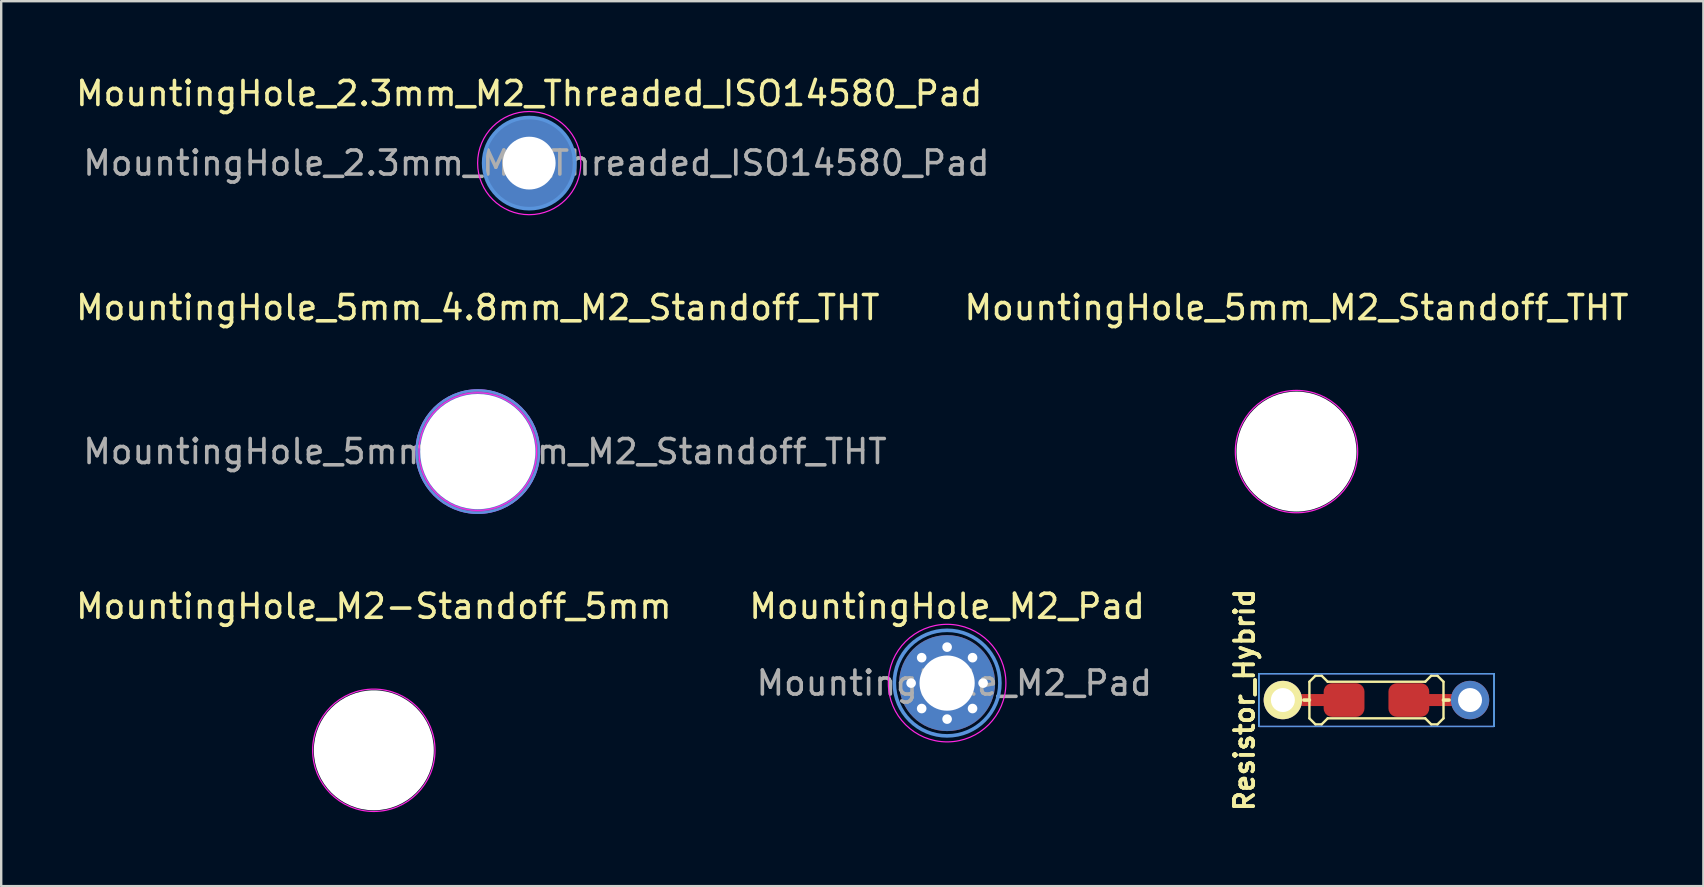
<source format=kicad_pcb>
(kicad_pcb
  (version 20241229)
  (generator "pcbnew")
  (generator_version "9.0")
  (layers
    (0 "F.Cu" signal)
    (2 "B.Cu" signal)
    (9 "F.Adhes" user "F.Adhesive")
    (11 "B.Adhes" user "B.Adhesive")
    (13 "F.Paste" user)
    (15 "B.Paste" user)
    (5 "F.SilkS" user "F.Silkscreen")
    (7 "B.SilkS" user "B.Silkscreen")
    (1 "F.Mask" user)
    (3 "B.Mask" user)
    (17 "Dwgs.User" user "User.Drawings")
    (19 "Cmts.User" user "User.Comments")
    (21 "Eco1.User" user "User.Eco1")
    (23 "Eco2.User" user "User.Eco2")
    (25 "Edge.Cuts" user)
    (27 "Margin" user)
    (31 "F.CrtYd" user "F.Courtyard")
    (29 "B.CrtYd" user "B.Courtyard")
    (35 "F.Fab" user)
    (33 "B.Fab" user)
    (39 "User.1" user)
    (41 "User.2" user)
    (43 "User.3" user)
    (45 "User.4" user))
  (footprint "MountingHole_M2-Standoff_5mm"
    (layer "F.Cu")
    (at 12.53 28.22)
    (property "Reference" "MountingHole_M2-Standoff_5mm" (at 0 -6 0) (layer "F.SilkS") (effects (font (size 1 1) (thickness 0.15))))
    (attr exclude_from_pos_files exclude_from_bom)
    (fp_circle (center 0 0) (end 2.55 0) (stroke (width 0.05) (type solid)) (fill no) (layer "F.CrtYd"))
    (pad "" np_thru_hole circle (at 0 0) (size 5 5) (drill 5) (layers "*.Cu" "*.Mask")))
  (footprint "MountingHole_5mm_4.8mm_M2_Standoff_THT"
    (layer "F.Cu")
    (at 16.863 15.771)
    (property "Reference" "MountingHole_5mm_4.8mm_M2_Standoff_THT" (at 0 -6 0) (layer "F.SilkS") (effects (font (size 1 1) (thickness 0.15))))
    (attr exclude_from_pos_files exclude_from_bom)
    (fp_circle (center 0 0) (end 2.55 0) (stroke (width 0.1) (type solid)) (fill no) (layer "Cmts.User"))
    (fp_circle (center 0 0) (end 2.45 0) (stroke (width 0.05) (type solid)) (fill no) (layer "F.CrtYd"))
    (fp_circle (center 0 0) (end 2.55 0) (stroke (width 0.1) (type solid)) (fill no) (layer "F.CrtYd"))
    (fp_text user "${REFERENCE}" (at 0.3 0 0) (layer "F.Fab") (effects (font (size 1 1) (thickness 0.15))))
    (pad "" np_thru_hole circle (at 0 0) (size 5 5) (drill 4.8) (layers "*.Cu" "*.Mask")))
  (footprint "MountingHole_5mm_M2_Standoff_THT"
    (layer "F.Cu")
    (at 50.985 15.771)
    (property "Reference" "MountingHole_5mm_M2_Standoff_THT" (at 0 -6 0) (layer "F.SilkS") (effects (font (size 1 1) (thickness 0.15))))
    (attr exclude_from_pos_files exclude_from_bom)
    (fp_circle (center 0 0) (end 2.55 0) (stroke (width 0.05) (type solid)) (fill no) (layer "F.CrtYd"))
    (pad "" np_thru_hole circle (at 0 0) (size 5 5) (drill 5) (layers "*.Cu" "*.Mask")))
  (footprint "Resistor_Hybrid"
    (layer "F.Cu")
    (at 54.317 26.126)
    (property "Reference" "Resistor_Hybrid" (at -5.5 0 90) (layer "F.SilkS") (effects (font (size 0.8 0.8) (thickness 0.15))))
    (attr through_hole)
    (fp_line (start -3.025 0) (end -2.794 0) (stroke (width 0.15) (type solid)) (layer "F.SilkS"))
    (fp_line (start -2.794 -0.762) (end -2.54 -1.016) (stroke (width 0.1) (type solid)) (layer "F.SilkS"))
    (fp_line (start -2.794 0.762) (end -2.794 -0.762) (stroke (width 0.1) (type solid)) (layer "F.SilkS"))
    (fp_line (start -2.54 -1.016) (end -2.286 -1.016) (stroke (width 0.1) (type solid)) (layer "F.SilkS"))
    (fp_line (start -2.54 1.016) (end -2.794 0.762) (stroke (width 0.1) (type solid)) (layer "F.SilkS"))
    (fp_line (start -2.286 -1.016) (end -2.032 -0.762) (stroke (width 0.1) (type solid)) (layer "F.SilkS"))
    (fp_line (start -2.286 1.016) (end -2.54 1.016) (stroke (width 0.1) (type solid)) (layer "F.SilkS"))
    (fp_line (start -2.032 -0.762) (end 2.032 -0.762) (stroke (width 0.1) (type solid)) (layer "F.SilkS"))
    (fp_line (start -2.032 0.762) (end -2.286 1.016) (stroke (width 0.1) (type solid)) (layer "F.SilkS"))
    (fp_line (start 2.032 -0.762) (end 2.286 -1.016) (stroke (width 0.1) (type solid)) (layer "F.SilkS"))
    (fp_line (start 2.032 0.762) (end -2.032 0.762) (stroke (width 0.1) (type solid)) (layer "F.SilkS"))
    (fp_line (start 2.286 -1.016) (end 2.54 -1.016) (stroke (width 0.1) (type solid)) (layer "F.SilkS"))
    (fp_line (start 2.286 1.016) (end 2.032 0.762) (stroke (width 0.1) (type solid)) (layer "F.SilkS"))
    (fp_line (start 2.54 -1.016) (end 2.794 -0.762) (stroke (width 0.1) (type solid)) (layer "F.SilkS"))
    (fp_line (start 2.54 1.016) (end 2.286 1.016) (stroke (width 0.1) (type solid)) (layer "F.SilkS"))
    (fp_line (start 2.794 -0.762) (end 2.794 0.762) (stroke (width 0.1) (type solid)) (layer "F.SilkS"))
    (fp_line (start 2.794 0) (end 3.025 0) (stroke (width 0.15) (type solid)) (layer "F.SilkS"))
    (fp_line (start 2.794 0.762) (end 2.54 1.016) (stroke (width 0.1) (type solid)) (layer "F.SilkS"))
    (fp_line (start -4.9 -1.1) (end -4.9 1.1) (stroke (width 0.05) (type solid)) (layer "Cmts.User"))
    (fp_line (start -4.9 1.1) (end 4.9 1.1) (stroke (width 0.05) (type solid)) (layer "Cmts.User"))
    (fp_line (start 4.9 -1.1) (end -4.9 -1.1) (stroke (width 0.05) (type solid)) (layer "Cmts.User"))
    (fp_line (start 4.9 1.1) (end 4.9 -1.1) (stroke (width 0.05) (type solid)) (layer "Cmts.User"))
    (fp_line (start -4.9 -1.1) (end -4.9 1.1) (stroke (width 0.05) (type solid)) (layer "B.CrtYd"))
    (fp_line (start -4.9 1.1) (end 4.9 1.1) (stroke (width 0.05) (type solid)) (layer "B.CrtYd"))
    (fp_line (start 4.9 -1.1) (end -4.9 -1.1) (stroke (width 0.05) (type solid)) (layer "B.CrtYd"))
    (fp_line (start 4.9 1.1) (end 4.9 -1.1) (stroke (width 0.05) (type solid)) (layer "B.CrtYd"))
    (fp_line (start -4.9 -1.1) (end -4.9 1.1) (stroke (width 0.05) (type solid)) (layer "F.CrtYd"))
    (fp_line (start -4.9 1.1) (end 4.9 1.1) (stroke (width 0.05) (type solid)) (layer "F.CrtYd"))
    (fp_line (start 4.9 -1.1) (end -4.9 -1.1) (stroke (width 0.05) (type solid)) (layer "F.CrtYd"))
    (fp_line (start 4.9 1.1) (end 4.9 -1.1) (stroke (width 0.05) (type solid)) (layer "F.CrtYd"))
    (fp_text user "${REFERENCE}" (at -5.5 0 90) (layer "F.SilkS") (effects (font (size 0.8 0.8) (thickness 0.15))))
    (pad "1" smd roundrect (at 1.35 0) (size 1.701 1.4) (layers "F.Cu" "F.Mask" "F.Paste") (roundrect_rratio 0.25))
    (pad "1" smd rect (at 2.5 0) (size 2.9 0.5) (layers "F.Cu"))
    (pad "1" thru_hole circle (at 3.9 0) (size 1.6 1.6) (drill 1) (layers "*.Cu" "*.Mask"))
    (pad "2" thru_hole circle (at -3.9 0) (size 1.6 1.6) (drill 1) (layers "*.Cu" "*.Mask" "F.SilkS"))
    (pad "2" smd rect (at -2.5 0) (size 2.9 0.5) (layers "F.Cu"))
    (pad "2" smd roundrect (at -1.35 0) (size 1.701 1.4) (layers "F.Cu" "F.Mask" "F.Paste") (roundrect_rratio 0.25)))
  (footprint "MountingHole_M2_Pad"
    (layer "F.Cu")
    (at 36.423 25.42)
    (property "Reference" "MountingHole_M2_Pad" (at 0 -3.2 0) (layer "F.SilkS") (effects (font (size 1 1) (thickness 0.15))))
    (attr exclude_from_pos_files exclude_from_bom)
    (fp_circle (center 0 0) (end 2.2 0) (stroke (width 0.15) (type solid)) (fill no) (layer "Cmts.User"))
    (fp_circle (center 0 0) (end 2.45 0) (stroke (width 0.05) (type solid)) (fill no) (layer "F.CrtYd"))
    (fp_text user "${REFERENCE}" (at 0.3 0 0) (layer "F.Fab") (effects (font (size 1 1) (thickness 0.15))))
    (pad "1" thru_hole circle (at -1.5 0) (size 0.5 0.5) (drill 0.4) (layers "*.Cu" "*.Mask"))
    (pad "1" thru_hole circle (at -1.06 -1.06) (size 0.5 0.5) (drill 0.4) (layers "*.Cu" "*.Mask"))
    (pad "1" thru_hole circle (at -1.06 1.06) (size 0.5 0.5) (drill 0.4) (layers "*.Cu" "*.Mask"))
    (pad "1" thru_hole circle (at 0 -1.5) (size 0.5 0.5) (drill 0.4) (layers "*.Cu" "*.Mask"))
    (pad "1" thru_hole circle (at 0 0) (size 4 4) (drill 2.3) (layers "*.Cu" "*.Mask"))
    (pad "1" thru_hole circle (at 0 1.5) (size 0.5 0.5) (drill 0.4) (layers "*.Cu" "*.Mask"))
    (pad "1" thru_hole circle (at 1.06 -1.06) (size 0.5 0.5) (drill 0.4) (layers "*.Cu" "*.Mask"))
    (pad "1" thru_hole circle (at 1.06 1.06) (size 0.5 0.5) (drill 0.4) (layers "*.Cu" "*.Mask"))
    (pad "1" thru_hole circle (at 1.5 0) (size 0.5 0.5) (drill 0.4) (layers "*.Cu" "*.Mask")))
  (footprint "MountingHole_2.3mm_M2_Threaded_ISO14580_Pad"
    (layer "F.Cu")
    (at 19.006 3.748)
    (property "Reference" "MountingHole_2.3mm_M2_Threaded_ISO14580_Pad" (at 0 -2.9 0) (layer "F.SilkS") (effects (font (size 1 1) (thickness 0.15))))
    (attr exclude_from_pos_files exclude_from_bom)
    (fp_circle (center 0 0) (end 1.9 0) (stroke (width 0.15) (type solid)) (fill no) (layer "Cmts.User"))
    (fp_circle (center 0 0) (end 2.15 0) (stroke (width 0.05) (type solid)) (fill no) (layer "F.CrtYd"))
    (fp_text user "${REFERENCE}" (at 0.3 0 0) (layer "F.Fab") (effects (font (size 1 1) (thickness 0.15))))
    (pad "1" thru_hole circle (at 0 0) (size 3.8 3.8) (drill 2.2) (layers "*.Cu" "*.Mask")))
  (gr_rect
    (start -3 -3)
    (end 67.943 33.881)
    (stroke (width 0.1) (type default))
    (fill no)
    (layer "Edge.Cuts")))
</source>
